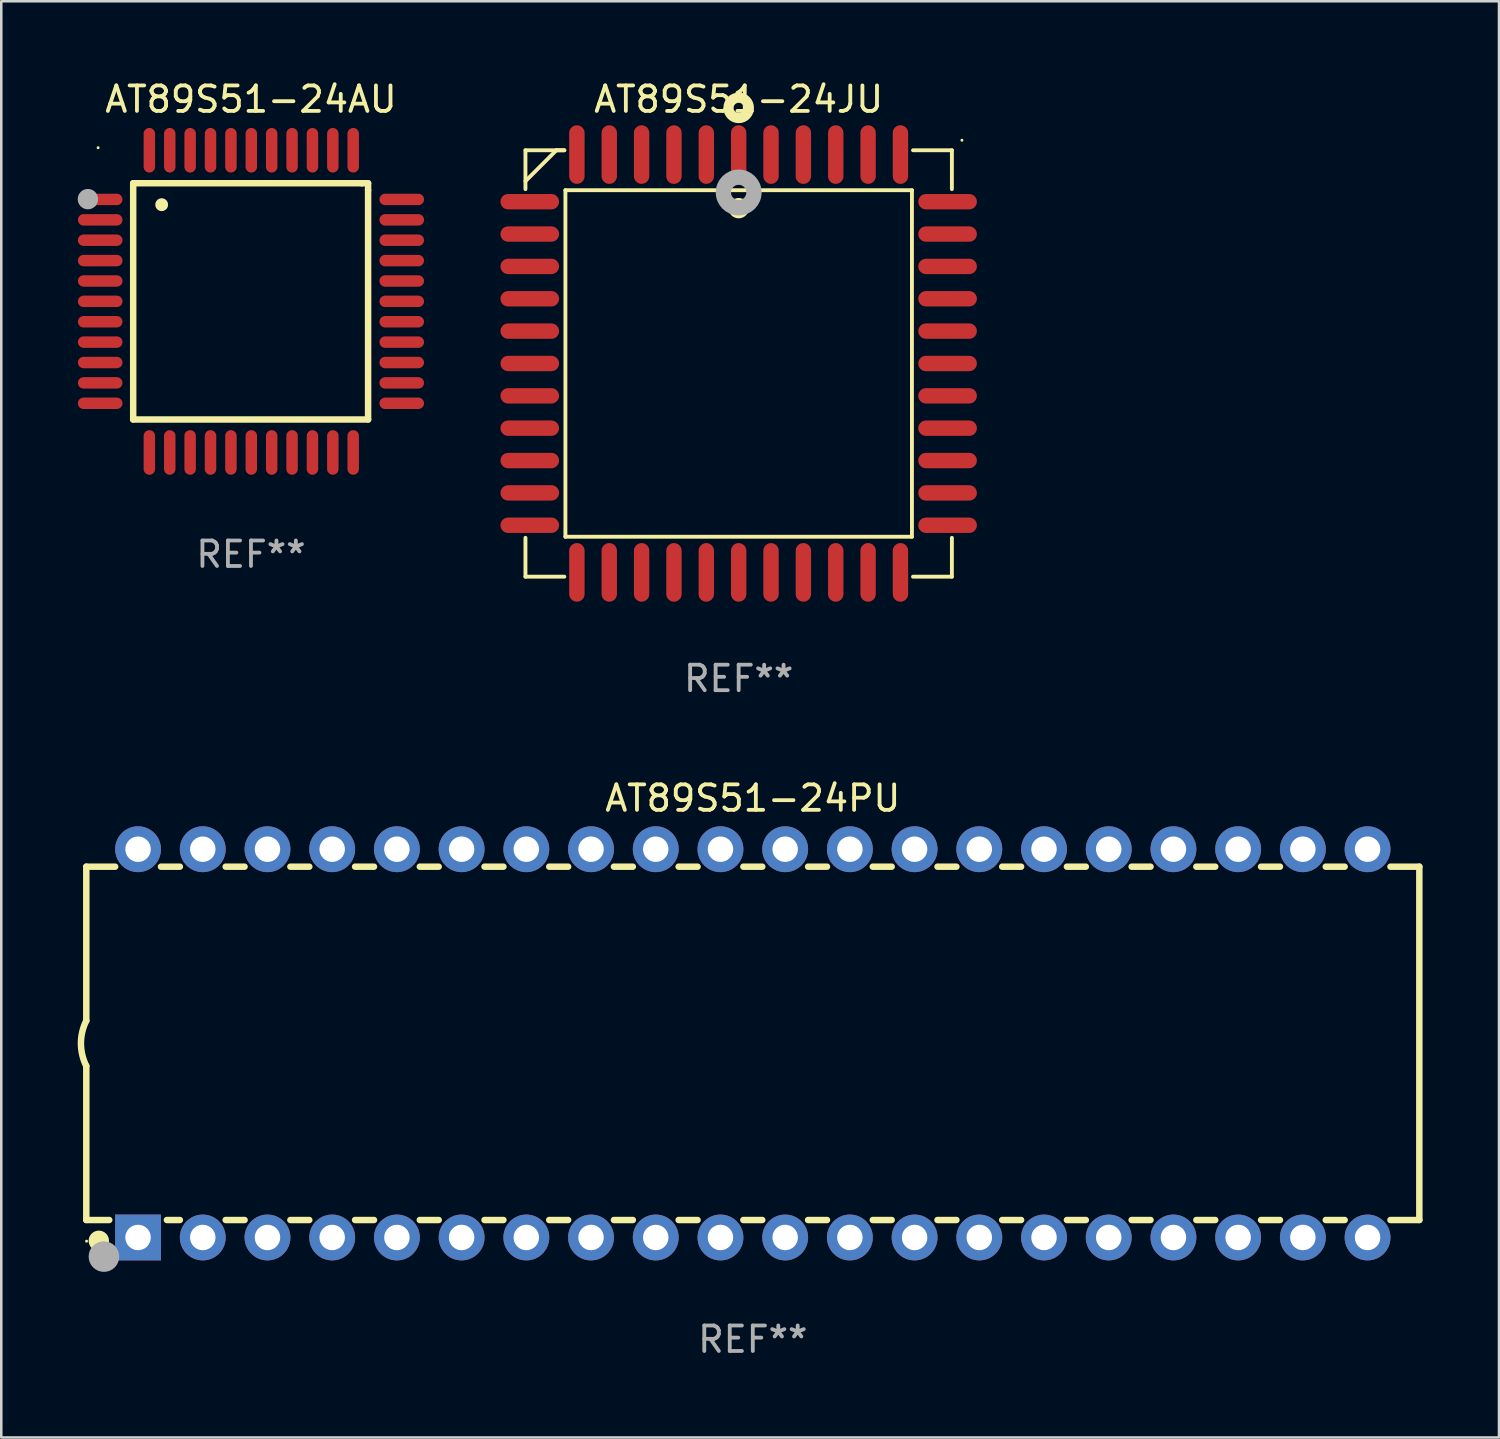
<source format=kicad_pcb>
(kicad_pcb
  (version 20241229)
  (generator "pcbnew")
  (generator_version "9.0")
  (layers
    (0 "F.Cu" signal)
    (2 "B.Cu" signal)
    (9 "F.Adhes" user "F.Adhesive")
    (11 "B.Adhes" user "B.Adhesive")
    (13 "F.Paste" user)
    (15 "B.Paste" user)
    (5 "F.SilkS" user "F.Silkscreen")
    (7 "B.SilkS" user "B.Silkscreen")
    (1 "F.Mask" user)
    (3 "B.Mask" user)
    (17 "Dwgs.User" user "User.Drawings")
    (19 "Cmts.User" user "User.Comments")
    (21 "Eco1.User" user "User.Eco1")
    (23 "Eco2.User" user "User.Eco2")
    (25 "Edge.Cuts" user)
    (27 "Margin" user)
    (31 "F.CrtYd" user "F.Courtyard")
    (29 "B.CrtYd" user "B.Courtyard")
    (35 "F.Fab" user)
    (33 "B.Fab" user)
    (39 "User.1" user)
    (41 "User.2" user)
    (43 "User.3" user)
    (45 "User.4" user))
  (footprint "AT89S51-24AU"
    (layer "F.Cu")
    (at 6.801 8.779)
    (property "Reference" "AT89S51-24AU" (at 0 -7.931 0) (layer "F.SilkS") (effects (font (size 1 1) (thickness 0.15))))
    (attr through_hole)
    (fp_line (start -4.623 -4.636) (end 4.35 -4.636) (stroke (width 0.254) (type solid)) (layer "F.SilkS"))
    (fp_line (start -4.623 4.636) (end -4.623 -4.636) (stroke (width 0.254) (type solid)) (layer "F.SilkS"))
    (fp_line (start 4.35 -4.636) (end 4.597 -4.636) (stroke (width 0.254) (type solid)) (layer "F.SilkS"))
    (fp_line (start 4.597 -4.636) (end 4.597 -4.363) (stroke (width 0.254) (type solid)) (layer "F.SilkS"))
    (fp_line (start 4.597 -4.363) (end 4.597 4.636) (stroke (width 0.254) (type solid)) (layer "F.SilkS"))
    (fp_line (start 4.597 4.636) (end -4.623 4.636) (stroke (width 0.254) (type solid)) (layer "F.SilkS"))
    (fp_arc (start -3.505207 -3.792228) (mid -3.50522 -3.794768) (end -3.505207 -3.797308) (stroke (width 0.5) (type solid)) (layer "F.SilkS"))
    (fp_circle (center -6 -6.03) (end -5.97 -6.03) (stroke (width 0.06) (type solid)) (fill no) (layer "F.SilkS"))
    (fp_circle (center -6.401 -4.013) (end -6.201 -4.013) (stroke (width 0.4) (type solid)) (fill no) (layer "F.Fab"))
    (fp_text user "REF**" (at 0 9.931 0) (layer "F.Fab") (effects (font (size 1 1) (thickness 0.15))))
    (pad "1" smd oval (at -5.918 -4.001 90) (size 0.45 1.75) (layers "F.Cu" "F.Mask" "F.Paste"))
    (pad "2" smd oval (at -5.918 -3.2 90) (size 0.45 1.75) (layers "F.Cu" "F.Mask" "F.Paste"))
    (pad "3" smd oval (at -5.918 -2.4 90) (size 0.45 1.75) (layers "F.Cu" "F.Mask" "F.Paste"))
    (pad "4" smd oval (at -5.918 -1.6 90) (size 0.45 1.75) (layers "F.Cu" "F.Mask" "F.Paste"))
    (pad "5" smd oval (at -5.918 -0.8 90) (size 0.45 1.75) (layers "F.Cu" "F.Mask" "F.Paste"))
    (pad "6" smd oval (at -5.918 0 90) (size 0.45 1.75) (layers "F.Cu" "F.Mask" "F.Paste"))
    (pad "7" smd oval (at -5.918 0.8 90) (size 0.45 1.75) (layers "F.Cu" "F.Mask" "F.Paste"))
    (pad "8" smd oval (at -5.918 1.6 90) (size 0.45 1.75) (layers "F.Cu" "F.Mask" "F.Paste"))
    (pad "9" smd oval (at -5.918 2.4 90) (size 0.45 1.75) (layers "F.Cu" "F.Mask" "F.Paste"))
    (pad "10" smd oval (at -5.918 3.2 90) (size 0.45 1.75) (layers "F.Cu" "F.Mask" "F.Paste"))
    (pad "11" smd oval (at -5.918 4.001 90) (size 0.45 1.75) (layers "F.Cu" "F.Mask" "F.Paste"))
    (pad "12" smd oval (at -3.988 5.931) (size 0.45 1.75) (layers "F.Cu" "F.Mask" "F.Paste"))
    (pad "13" smd oval (at -3.188 5.931) (size 0.45 1.75) (layers "F.Cu" "F.Mask" "F.Paste"))
    (pad "14" smd oval (at -2.388 5.931) (size 0.45 1.75) (layers "F.Cu" "F.Mask" "F.Paste"))
    (pad "15" smd oval (at -1.588 5.931) (size 0.45 1.75) (layers "F.Cu" "F.Mask" "F.Paste"))
    (pad "16" smd oval (at -0.787 5.931) (size 0.45 1.75) (layers "F.Cu" "F.Mask" "F.Paste"))
    (pad "17" smd oval (at 0.013 5.931) (size 0.45 1.75) (layers "F.Cu" "F.Mask" "F.Paste"))
    (pad "18" smd oval (at 0.813 5.931) (size 0.45 1.75) (layers "F.Cu" "F.Mask" "F.Paste"))
    (pad "19" smd oval (at 1.613 5.931) (size 0.45 1.75) (layers "F.Cu" "F.Mask" "F.Paste"))
    (pad "20" smd oval (at 2.413 5.931) (size 0.45 1.75) (layers "F.Cu" "F.Mask" "F.Paste"))
    (pad "21" smd oval (at 3.213 5.931) (size 0.45 1.75) (layers "F.Cu" "F.Mask" "F.Paste"))
    (pad "22" smd oval (at 4.013 5.931) (size 0.45 1.75) (layers "F.Cu" "F.Mask" "F.Paste"))
    (pad "23" smd oval (at 5.918 4.001 90) (size 0.45 1.75) (layers "F.Cu" "F.Mask" "F.Paste"))
    (pad "24" smd oval (at 5.918 3.2 90) (size 0.45 1.75) (layers "F.Cu" "F.Mask" "F.Paste"))
    (pad "25" smd oval (at 5.918 2.4 90) (size 0.45 1.75) (layers "F.Cu" "F.Mask" "F.Paste"))
    (pad "26" smd oval (at 5.918 1.6 90) (size 0.45 1.75) (layers "F.Cu" "F.Mask" "F.Paste"))
    (pad "27" smd oval (at 5.918 0.8 90) (size 0.45 1.75) (layers "F.Cu" "F.Mask" "F.Paste"))
    (pad "28" smd oval (at 5.918 0 90) (size 0.45 1.75) (layers "F.Cu" "F.Mask" "F.Paste"))
    (pad "29" smd oval (at 5.918 -0.8 90) (size 0.45 1.75) (layers "F.Cu" "F.Mask" "F.Paste"))
    (pad "30" smd oval (at 5.918 -1.6 90) (size 0.45 1.75) (layers "F.Cu" "F.Mask" "F.Paste"))
    (pad "31" smd oval (at 5.918 -2.4 90) (size 0.45 1.75) (layers "F.Cu" "F.Mask" "F.Paste"))
    (pad "32" smd oval (at 5.918 -3.2 90) (size 0.45 1.75) (layers "F.Cu" "F.Mask" "F.Paste"))
    (pad "33" smd oval (at 5.918 -4.001 90) (size 0.45 1.75) (layers "F.Cu" "F.Mask" "F.Paste"))
    (pad "34" smd oval (at 4.013 -5.931) (size 0.45 1.75) (layers "F.Cu" "F.Mask" "F.Paste"))
    (pad "35" smd oval (at 3.213 -5.931) (size 0.45 1.75) (layers "F.Cu" "F.Mask" "F.Paste"))
    (pad "36" smd oval (at 2.413 -5.931) (size 0.45 1.75) (layers "F.Cu" "F.Mask" "F.Paste"))
    (pad "37" smd oval (at 1.613 -5.931) (size 0.45 1.75) (layers "F.Cu" "F.Mask" "F.Paste"))
    (pad "38" smd oval (at 0.813 -5.931) (size 0.45 1.75) (layers "F.Cu" "F.Mask" "F.Paste"))
    (pad "39" smd oval (at 0.013 -5.931) (size 0.45 1.75) (layers "F.Cu" "F.Mask" "F.Paste"))
    (pad "40" smd oval (at -0.787 -5.931) (size 0.45 1.75) (layers "F.Cu" "F.Mask" "F.Paste"))
    (pad "41" smd oval (at -1.588 -5.931) (size 0.45 1.75) (layers "F.Cu" "F.Mask" "F.Paste"))
    (pad "42" smd oval (at -2.388 -5.931) (size 0.45 1.75) (layers "F.Cu" "F.Mask" "F.Paste"))
    (pad "43" smd oval (at -3.188 -5.931) (size 0.45 1.75) (layers "F.Cu" "F.Mask" "F.Paste"))
    (pad "44" smd oval (at -3.988 -5.931) (size 0.45 1.75) (layers "F.Cu" "F.Mask" "F.Paste")))
  (footprint "AT89S51-24PU"
    (layer "F.Cu")
    (at 26.499 37.903)
    (property "Reference" "AT89S51-24PU" (at 0 -9.62 0) (layer "F.SilkS") (effects (font (size 1 1) (thickness 0.15))))
    (attr through_hole)
    (fp_line (start -26.162 -6.934) (end -26.162 -0.889) (stroke (width 0.254) (type solid)) (layer "F.SilkS"))
    (fp_line (start -26.162 -6.934) (end -25.029 -6.934) (stroke (width 0.254) (type solid)) (layer "F.SilkS"))
    (fp_line (start -26.162 6.934) (end -26.162 0.889) (stroke (width 0.254) (type solid)) (layer "F.SilkS"))
    (fp_line (start -26.162 6.934) (end -25.261 6.934) (stroke (width 0.254) (type solid)) (layer "F.SilkS"))
    (fp_line (start -23.231 -6.934) (end -22.489 -6.934) (stroke (width 0.254) (type solid)) (layer "F.SilkS"))
    (fp_line (start -22.999 6.934) (end -22.489 6.934) (stroke (width 0.254) (type solid)) (layer "F.SilkS"))
    (fp_line (start -20.691 -6.934) (end -19.949 -6.934) (stroke (width 0.254) (type solid)) (layer "F.SilkS"))
    (fp_line (start -20.691 6.934) (end -19.949 6.934) (stroke (width 0.254) (type solid)) (layer "F.SilkS"))
    (fp_line (start -18.151 -6.934) (end -17.409 -6.934) (stroke (width 0.254) (type solid)) (layer "F.SilkS"))
    (fp_line (start -18.151 6.934) (end -17.409 6.934) (stroke (width 0.254) (type solid)) (layer "F.SilkS"))
    (fp_line (start -15.611 -6.934) (end -14.869 -6.934) (stroke (width 0.254) (type solid)) (layer "F.SilkS"))
    (fp_line (start -15.611 6.934) (end -14.869 6.934) (stroke (width 0.254) (type solid)) (layer "F.SilkS"))
    (fp_line (start -13.071 -6.934) (end -12.329 -6.934) (stroke (width 0.254) (type solid)) (layer "F.SilkS"))
    (fp_line (start -13.071 6.934) (end -12.329 6.934) (stroke (width 0.254) (type solid)) (layer "F.SilkS"))
    (fp_line (start -10.531 -6.934) (end -9.789 -6.934) (stroke (width 0.254) (type solid)) (layer "F.SilkS"))
    (fp_line (start -10.531 6.934) (end -9.789 6.934) (stroke (width 0.254) (type solid)) (layer "F.SilkS"))
    (fp_line (start -7.991 -6.934) (end -7.249 -6.934) (stroke (width 0.254) (type solid)) (layer "F.SilkS"))
    (fp_line (start -7.991 6.934) (end -7.249 6.934) (stroke (width 0.254) (type solid)) (layer "F.SilkS"))
    (fp_line (start -5.451 -6.934) (end -4.709 -6.934) (stroke (width 0.254) (type solid)) (layer "F.SilkS"))
    (fp_line (start -5.451 6.934) (end -4.709 6.934) (stroke (width 0.254) (type solid)) (layer "F.SilkS"))
    (fp_line (start -2.911 -6.934) (end -2.169 -6.934) (stroke (width 0.254) (type solid)) (layer "F.SilkS"))
    (fp_line (start -2.911 6.934) (end -2.169 6.934) (stroke (width 0.254) (type solid)) (layer "F.SilkS"))
    (fp_line (start -0.371 -6.934) (end 0.371 -6.934) (stroke (width 0.254) (type solid)) (layer "F.SilkS"))
    (fp_line (start -0.371 6.934) (end 0.371 6.934) (stroke (width 0.254) (type solid)) (layer "F.SilkS"))
    (fp_line (start 2.169 -6.934) (end 2.911 -6.934) (stroke (width 0.254) (type solid)) (layer "F.SilkS"))
    (fp_line (start 2.169 6.934) (end 2.911 6.934) (stroke (width 0.254) (type solid)) (layer "F.SilkS"))
    (fp_line (start 4.709 -6.934) (end 5.451 -6.934) (stroke (width 0.254) (type solid)) (layer "F.SilkS"))
    (fp_line (start 4.709 6.934) (end 5.451 6.934) (stroke (width 0.254) (type solid)) (layer "F.SilkS"))
    (fp_line (start 7.249 -6.934) (end 7.991 -6.934) (stroke (width 0.254) (type solid)) (layer "F.SilkS"))
    (fp_line (start 7.249 6.934) (end 7.991 6.934) (stroke (width 0.254) (type solid)) (layer "F.SilkS"))
    (fp_line (start 9.789 -6.934) (end 10.531 -6.934) (stroke (width 0.254) (type solid)) (layer "F.SilkS"))
    (fp_line (start 9.789 6.934) (end 10.531 6.934) (stroke (width 0.254) (type solid)) (layer "F.SilkS"))
    (fp_line (start 12.329 -6.934) (end 13.071 -6.934) (stroke (width 0.254) (type solid)) (layer "F.SilkS"))
    (fp_line (start 12.329 6.934) (end 13.071 6.934) (stroke (width 0.254) (type solid)) (layer "F.SilkS"))
    (fp_line (start 14.869 -6.934) (end 15.611 -6.934) (stroke (width 0.254) (type solid)) (layer "F.SilkS"))
    (fp_line (start 14.869 6.934) (end 15.611 6.934) (stroke (width 0.254) (type solid)) (layer "F.SilkS"))
    (fp_line (start 17.409 -6.934) (end 18.151 -6.934) (stroke (width 0.254) (type solid)) (layer "F.SilkS"))
    (fp_line (start 17.409 6.934) (end 18.151 6.934) (stroke (width 0.254) (type solid)) (layer "F.SilkS"))
    (fp_line (start 19.949 -6.934) (end 20.691 -6.934) (stroke (width 0.254) (type solid)) (layer "F.SilkS"))
    (fp_line (start 19.949 6.934) (end 20.691 6.934) (stroke (width 0.254) (type solid)) (layer "F.SilkS"))
    (fp_line (start 22.489 -6.934) (end 23.231 -6.934) (stroke (width 0.254) (type solid)) (layer "F.SilkS"))
    (fp_line (start 22.489 6.934) (end 23.231 6.934) (stroke (width 0.254) (type solid)) (layer "F.SilkS"))
    (fp_line (start 25.029 -6.934) (end 26.162 -6.934) (stroke (width 0.254) (type solid)) (layer "F.SilkS"))
    (fp_line (start 25.029 6.934) (end 26.162 6.934) (stroke (width 0.254) (type solid)) (layer "F.SilkS"))
    (fp_line (start 26.162 -6.934) (end 26.162 6.934) (stroke (width 0.254) (type solid)) (layer "F.SilkS"))
    (fp_arc (start -26.162052 0.889001) (mid -26.371917 0) (end -26.162052 -0.889002) (stroke (width 0.254001) (type solid)) (layer "F.SilkS"))
    (fp_circle (center -26.15 7.765) (end -26.12 7.765) (stroke (width 0.06) (type solid)) (fill no) (layer "F.SilkS"))
    (fp_circle (center -25.67 7.75) (end -25.47 7.75) (stroke (width 0.4) (type solid)) (fill no) (layer "F.SilkS"))
    (fp_circle (center -25.47 8.37) (end -25.17 8.37) (stroke (width 0.6) (type solid)) (fill no) (layer "F.Fab"))
    (fp_text user "REF**" (at 0 11.62 0) (layer "F.Fab") (effects (font (size 1 1) (thickness 0.15))))
    (pad "1" thru_hole rect (at -24.13 7.62) (size 1.8 1.8) (drill 1) (layers "*.Cu" "*.Mask"))
    (pad "2" thru_hole circle (at -21.59 7.62) (size 1.8 1.8) (drill 1) (layers "*.Cu" "*.Mask"))
    (pad "3" thru_hole circle (at -19.05 7.62) (size 1.8 1.8) (drill 1) (layers "*.Cu" "*.Mask"))
    (pad "4" thru_hole circle (at -16.51 7.62) (size 1.8 1.8) (drill 1) (layers "*.Cu" "*.Mask"))
    (pad "5" thru_hole circle (at -13.97 7.62) (size 1.8 1.8) (drill 1) (layers "*.Cu" "*.Mask"))
    (pad "6" thru_hole circle (at -11.43 7.62) (size 1.8 1.8) (drill 1) (layers "*.Cu" "*.Mask"))
    (pad "7" thru_hole circle (at -8.89 7.62) (size 1.8 1.8) (drill 1) (layers "*.Cu" "*.Mask"))
    (pad "8" thru_hole circle (at -6.35 7.62) (size 1.8 1.8) (drill 1) (layers "*.Cu" "*.Mask"))
    (pad "9" thru_hole circle (at -3.81 7.62) (size 1.8 1.8) (drill 1) (layers "*.Cu" "*.Mask"))
    (pad "10" thru_hole circle (at -1.27 7.62) (size 1.8 1.8) (drill 1) (layers "*.Cu" "*.Mask"))
    (pad "11" thru_hole circle (at 1.27 7.62) (size 1.8 1.8) (drill 1) (layers "*.Cu" "*.Mask"))
    (pad "12" thru_hole circle (at 3.81 7.62) (size 1.8 1.8) (drill 1) (layers "*.Cu" "*.Mask"))
    (pad "13" thru_hole circle (at 6.35 7.62) (size 1.8 1.8) (drill 1) (layers "*.Cu" "*.Mask"))
    (pad "14" thru_hole circle (at 8.89 7.62) (size 1.8 1.8) (drill 1) (layers "*.Cu" "*.Mask"))
    (pad "15" thru_hole circle (at 11.43 7.62) (size 1.8 1.8) (drill 1) (layers "*.Cu" "*.Mask"))
    (pad "16" thru_hole circle (at 13.97 7.62) (size 1.8 1.8) (drill 1) (layers "*.Cu" "*.Mask"))
    (pad "17" thru_hole circle (at 16.51 7.62) (size 1.8 1.8) (drill 1) (layers "*.Cu" "*.Mask"))
    (pad "18" thru_hole circle (at 19.05 7.62) (size 1.8 1.8) (drill 1) (layers "*.Cu" "*.Mask"))
    (pad "19" thru_hole circle (at 21.59 7.62) (size 1.8 1.8) (drill 1) (layers "*.Cu" "*.Mask"))
    (pad "20" thru_hole circle (at 24.13 7.62) (size 1.8 1.8) (drill 1) (layers "*.Cu" "*.Mask"))
    (pad "21" thru_hole circle (at 24.13 -7.62) (size 1.8 1.8) (drill 1) (layers "*.Cu" "*.Mask"))
    (pad "22" thru_hole circle (at 21.59 -7.62) (size 1.8 1.8) (drill 1) (layers "*.Cu" "*.Mask"))
    (pad "23" thru_hole circle (at 19.05 -7.62) (size 1.8 1.8) (drill 1) (layers "*.Cu" "*.Mask"))
    (pad "24" thru_hole circle (at 16.51 -7.62) (size 1.8 1.8) (drill 1) (layers "*.Cu" "*.Mask"))
    (pad "25" thru_hole circle (at 13.97 -7.62) (size 1.8 1.8) (drill 1) (layers "*.Cu" "*.Mask"))
    (pad "26" thru_hole circle (at 11.43 -7.62) (size 1.8 1.8) (drill 1) (layers "*.Cu" "*.Mask"))
    (pad "27" thru_hole circle (at 8.89 -7.62) (size 1.8 1.8) (drill 1) (layers "*.Cu" "*.Mask"))
    (pad "28" thru_hole circle (at 6.35 -7.62) (size 1.8 1.8) (drill 1) (layers "*.Cu" "*.Mask"))
    (pad "29" thru_hole circle (at 3.81 -7.62) (size 1.8 1.8) (drill 1) (layers "*.Cu" "*.Mask"))
    (pad "30" thru_hole circle (at 1.27 -7.62) (size 1.8 1.8) (drill 1) (layers "*.Cu" "*.Mask"))
    (pad "31" thru_hole circle (at -1.27 -7.62) (size 1.8 1.8) (drill 1) (layers "*.Cu" "*.Mask"))
    (pad "32" thru_hole circle (at -3.81 -7.62) (size 1.8 1.8) (drill 1) (layers "*.Cu" "*.Mask"))
    (pad "33" thru_hole circle (at -6.35 -7.62) (size 1.8 1.8) (drill 1) (layers "*.Cu" "*.Mask"))
    (pad "34" thru_hole circle (at -8.89 -7.62) (size 1.8 1.8) (drill 1) (layers "*.Cu" "*.Mask"))
    (pad "35" thru_hole circle (at -11.43 -7.62) (size 1.8 1.8) (drill 1) (layers "*.Cu" "*.Mask"))
    (pad "36" thru_hole circle (at -13.97 -7.62) (size 1.8 1.8) (drill 1) (layers "*.Cu" "*.Mask"))
    (pad "37" thru_hole circle (at -16.51 -7.62) (size 1.8 1.8) (drill 1) (layers "*.Cu" "*.Mask"))
    (pad "38" thru_hole circle (at -19.05 -7.62) (size 1.8 1.8) (drill 1) (layers "*.Cu" "*.Mask"))
    (pad "39" thru_hole circle (at -21.59 -7.62) (size 1.8 1.8) (drill 1) (layers "*.Cu" "*.Mask"))
    (pad "40" thru_hole circle (at -24.13 -7.62) (size 1.8 1.8) (drill 1) (layers "*.Cu" "*.Mask")))
  (footprint "AT89S51-24JU"
    (layer "F.Cu")
    (at 25.944 11.217)
    (property "Reference" "AT89S51-24JU" (at 0 -10.369 0) (layer "F.SilkS") (effects (font (size 1 1) (thickness 0.15))))
    (attr through_hole)
    (fp_line (start -8.369 -8.369) (end -8.369 -6.843) (stroke (width 0.152) (type solid)) (layer "F.SilkS"))
    (fp_line (start -8.369 8.369) (end -8.369 6.843) (stroke (width 0.152) (type solid)) (layer "F.SilkS"))
    (fp_line (start -7.156 -8.369) (end -8.369 -7.156) (stroke (width 0.152) (type solid)) (layer "F.SilkS"))
    (fp_line (start -6.843 -8.369) (end -8.369 -8.369) (stroke (width 0.152) (type solid)) (layer "F.SilkS"))
    (fp_line (start -6.843 -8.369) (end -7.156 -8.369) (stroke (width 0.152) (type solid)) (layer "F.SilkS"))
    (fp_line (start -6.843 8.369) (end -8.369 8.369) (stroke (width 0.152) (type solid)) (layer "F.SilkS"))
    (fp_line (start -6.801 -6.801) (end 6.801 -6.801) (stroke (width 0.152) (type solid)) (layer "F.SilkS"))
    (fp_line (start -6.801 6.801) (end -6.801 -6.801) (stroke (width 0.152) (type solid)) (layer "F.SilkS"))
    (fp_line (start 6.801 -6.801) (end 6.801 6.801) (stroke (width 0.152) (type solid)) (layer "F.SilkS"))
    (fp_line (start 6.801 6.801) (end -6.801 6.801) (stroke (width 0.152) (type solid)) (layer "F.SilkS"))
    (fp_line (start 6.843 -8.369) (end 8.369 -8.369) (stroke (width 0.152) (type solid)) (layer "F.SilkS"))
    (fp_line (start 6.843 8.369) (end 8.369 8.369) (stroke (width 0.152) (type solid)) (layer "F.SilkS"))
    (fp_line (start 8.369 -8.369) (end 8.369 -6.843) (stroke (width 0.152) (type solid)) (layer "F.SilkS"))
    (fp_line (start 8.369 8.369) (end 8.369 6.843) (stroke (width 0.152) (type solid)) (layer "F.SilkS"))
    (fp_circle (center -0.000013 -6.096) (end 0.2 -6.096) (stroke (width 0.4) (type solid)) (fill no) (layer "F.SilkS"))
    (fp_circle (center 0.000114 -10.033) (end 0.2 -10.033) (stroke (width 0.4) (type solid)) (fill no) (layer "F.SilkS"))
    (fp_circle (center 8.763 -8.763) (end 8.793 -8.763) (stroke (width 0.06) (type solid)) (fill no) (layer "F.SilkS"))
    (fp_circle (center 0.000114 -6.712) (end 0.3 -6.712) (stroke (width 0.6) (type solid)) (fill no) (layer "F.Fab"))
    (fp_text user "REF**" (at 0 12.369 0) (layer "F.Fab") (effects (font (size 1 1) (thickness 0.15))))
    (pad "1" smd oval (at 0.000114 -8.2) (size 0.604 2.3) (layers "F.Cu" "F.Mask" "F.Paste"))
    (pad "2" smd oval (at -1.27 -8.2) (size 0.604 2.3) (layers "F.Cu" "F.Mask" "F.Paste"))
    (pad "3" smd oval (at -2.54 -8.2) (size 0.604 2.3) (layers "F.Cu" "F.Mask" "F.Paste"))
    (pad "4" smd oval (at -3.81 -8.2) (size 0.604 2.3) (layers "F.Cu" "F.Mask" "F.Paste"))
    (pad "5" smd oval (at -5.08 -8.2) (size 0.604 2.3) (layers "F.Cu" "F.Mask" "F.Paste"))
    (pad "6" smd oval (at -6.35 -8.2) (size 0.604 2.3) (layers "F.Cu" "F.Mask" "F.Paste"))
    (pad "7" smd oval (at -8.2 -6.35) (size 2.3 0.604) (layers "F.Cu" "F.Mask" "F.Paste"))
    (pad "8" smd oval (at -8.2 -5.08) (size 2.3 0.604) (layers "F.Cu" "F.Mask" "F.Paste"))
    (pad "9" smd oval (at -8.2 -3.81) (size 2.3 0.604) (layers "F.Cu" "F.Mask" "F.Paste"))
    (pad "10" smd oval (at -8.2 -2.54) (size 2.3 0.604) (layers "F.Cu" "F.Mask" "F.Paste"))
    (pad "11" smd oval (at -8.2 -1.27) (size 2.3 0.604) (layers "F.Cu" "F.Mask" "F.Paste"))
    (pad "12" smd oval (at -8.2 0.000127) (size 2.3 0.604) (layers "F.Cu" "F.Mask" "F.Paste"))
    (pad "13" smd oval (at -8.2 1.27) (size 2.3 0.604) (layers "F.Cu" "F.Mask" "F.Paste"))
    (pad "14" smd oval (at -8.2 2.54) (size 2.3 0.604) (layers "F.Cu" "F.Mask" "F.Paste"))
    (pad "15" smd oval (at -8.2 3.81) (size 2.3 0.604) (layers "F.Cu" "F.Mask" "F.Paste"))
    (pad "16" smd oval (at -8.2 5.08) (size 2.3 0.604) (layers "F.Cu" "F.Mask" "F.Paste"))
    (pad "17" smd oval (at -8.2 6.35) (size 2.3 0.604) (layers "F.Cu" "F.Mask" "F.Paste"))
    (pad "18" smd oval (at -6.35 8.2) (size 0.604 2.3) (layers "F.Cu" "F.Mask" "F.Paste"))
    (pad "19" smd oval (at -5.08 8.2) (size 0.604 2.3) (layers "F.Cu" "F.Mask" "F.Paste"))
    (pad "20" smd oval (at -3.81 8.2) (size 0.604 2.3) (layers "F.Cu" "F.Mask" "F.Paste"))
    (pad "21" smd oval (at -2.54 8.2) (size 0.604 2.3) (layers "F.Cu" "F.Mask" "F.Paste"))
    (pad "22" smd oval (at -1.27 8.2) (size 0.604 2.3) (layers "F.Cu" "F.Mask" "F.Paste"))
    (pad "23" smd oval (at 0.000114 8.2) (size 0.604 2.3) (layers "F.Cu" "F.Mask" "F.Paste"))
    (pad "24" smd oval (at 1.27 8.2) (size 0.604 2.3) (layers "F.Cu" "F.Mask" "F.Paste"))
    (pad "25" smd oval (at 2.54 8.2) (size 0.604 2.3) (layers "F.Cu" "F.Mask" "F.Paste"))
    (pad "26" smd oval (at 3.81 8.2) (size 0.604 2.3) (layers "F.Cu" "F.Mask" "F.Paste"))
    (pad "27" smd oval (at 5.08 8.2) (size 0.604 2.3) (layers "F.Cu" "F.Mask" "F.Paste"))
    (pad "28" smd oval (at 6.35 8.2) (size 0.604 2.3) (layers "F.Cu" "F.Mask" "F.Paste"))
    (pad "29" smd oval (at 8.2 6.35) (size 2.3 0.604) (layers "F.Cu" "F.Mask" "F.Paste"))
    (pad "30" smd oval (at 8.2 5.08) (size 2.3 0.604) (layers "F.Cu" "F.Mask" "F.Paste"))
    (pad "31" smd oval (at 8.2 3.81) (size 2.3 0.604) (layers "F.Cu" "F.Mask" "F.Paste"))
    (pad "32" smd oval (at 8.2 2.54) (size 2.3 0.604) (layers "F.Cu" "F.Mask" "F.Paste"))
    (pad "33" smd oval (at 8.2 1.27) (size 2.3 0.604) (layers "F.Cu" "F.Mask" "F.Paste"))
    (pad "34" smd oval (at 8.2 0.000127) (size 2.3 0.604) (layers "F.Cu" "F.Mask" "F.Paste"))
    (pad "35" smd oval (at 8.2 -1.27) (size 2.3 0.604) (layers "F.Cu" "F.Mask" "F.Paste"))
    (pad "36" smd oval (at 8.2 -2.54) (size 2.3 0.604) (layers "F.Cu" "F.Mask" "F.Paste"))
    (pad "37" smd oval (at 8.2 -3.81) (size 2.3 0.604) (layers "F.Cu" "F.Mask" "F.Paste"))
    (pad "38" smd oval (at 8.2 -5.08) (size 2.3 0.604) (layers "F.Cu" "F.Mask" "F.Paste"))
    (pad "39" smd oval (at 8.2 -6.35) (size 2.3 0.604) (layers "F.Cu" "F.Mask" "F.Paste"))
    (pad "40" smd oval (at 6.35 -8.2) (size 0.604 2.3) (layers "F.Cu" "F.Mask" "F.Paste"))
    (pad "41" smd oval (at 5.08 -8.2) (size 0.604 2.3) (layers "F.Cu" "F.Mask" "F.Paste"))
    (pad "42" smd oval (at 3.81 -8.2) (size 0.604 2.3) (layers "F.Cu" "F.Mask" "F.Paste"))
    (pad "43" smd oval (at 2.54 -8.2) (size 0.604 2.3) (layers "F.Cu" "F.Mask" "F.Paste"))
    (pad "44" smd oval (at 1.27 -8.2) (size 0.604 2.3) (layers "F.Cu" "F.Mask" "F.Paste")))
  (gr_rect
    (start -3 -3)
    (end 55.788 53.372)
    (stroke (width 0.1) (type default))
    (fill no)
    (layer "Edge.Cuts")))
</source>
